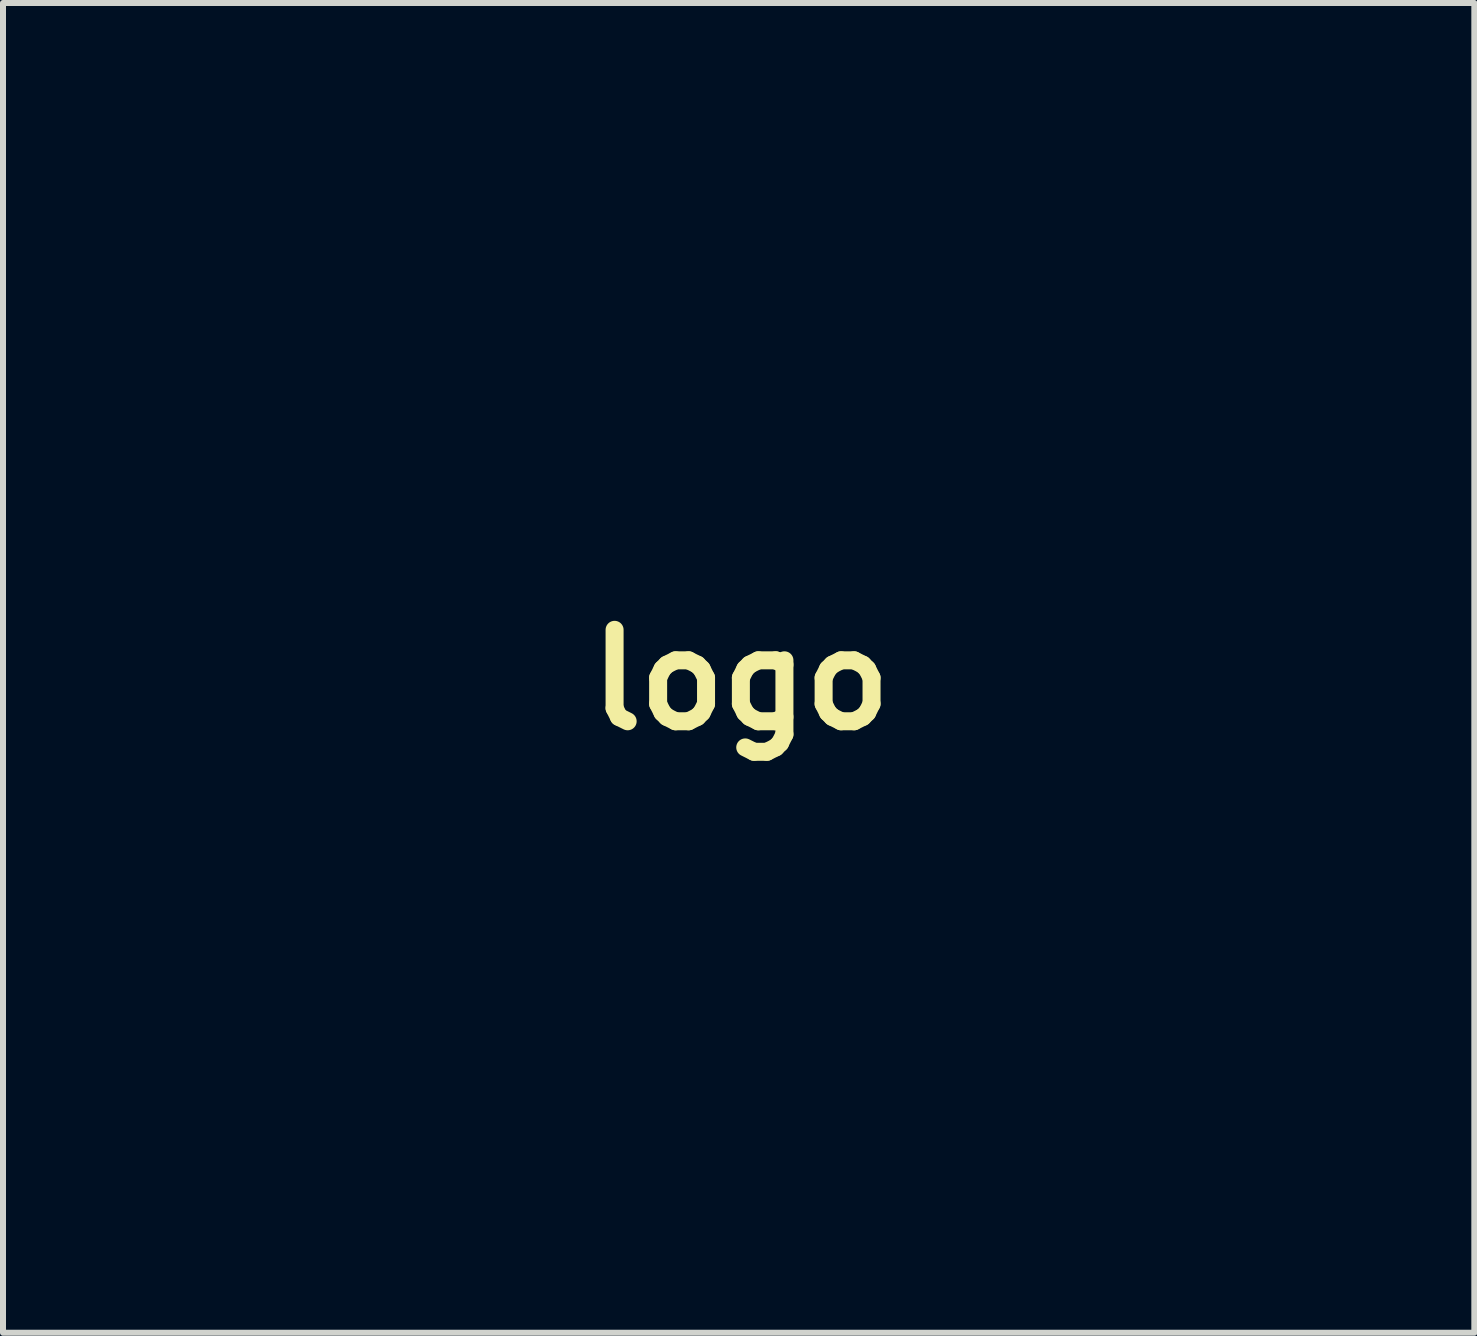
<source format=kicad_pcb>
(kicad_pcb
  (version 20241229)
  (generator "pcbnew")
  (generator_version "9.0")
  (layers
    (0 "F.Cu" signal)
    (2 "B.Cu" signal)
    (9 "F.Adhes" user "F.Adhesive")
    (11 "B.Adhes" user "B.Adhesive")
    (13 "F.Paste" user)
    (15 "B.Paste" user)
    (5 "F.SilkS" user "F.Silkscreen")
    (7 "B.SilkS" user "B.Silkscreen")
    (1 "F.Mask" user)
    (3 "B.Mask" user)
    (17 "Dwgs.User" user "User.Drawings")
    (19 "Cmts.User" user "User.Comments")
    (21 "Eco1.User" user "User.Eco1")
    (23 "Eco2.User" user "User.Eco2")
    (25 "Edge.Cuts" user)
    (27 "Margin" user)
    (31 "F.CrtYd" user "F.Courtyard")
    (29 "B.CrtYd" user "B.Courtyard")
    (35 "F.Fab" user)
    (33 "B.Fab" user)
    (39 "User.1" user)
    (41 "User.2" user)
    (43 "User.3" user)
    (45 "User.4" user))
  (footprint "logo"
    (layer "F.Cu")
    (at 9.296 8.28)
    (property "Reference" "logo" (at 0 0 0) (layer "F.SilkS") (effects (font (size 1.524 1.524) (thickness 0.3))))
    (attr through_hole)
    (fp_poly (pts (xy 3.676 -0.095) (xy 3.643 -0.064) (xy 3.609 -0.095) (xy 3.643 -0.127) (xy 3.676 -0.095)) (stroke (width 0.01) (type solid)) (fill no) (layer "Eco2.User"))
    (fp_poly (pts (xy 6.751 6.731) (xy 6.216 6.731) (xy 6.216 5.754) (xy 6.217 5.366) (xy 6.225 5.087) (xy 6.245 4.899) (xy 6.284 4.785) (xy 6.349 4.725) (xy 6.445 4.703) (xy 6.579 4.699) (xy 6.751 4.699) (xy 6.751 6.731)) (stroke (width 0.01) (type solid)) (fill no) (layer "Eco2.User"))
    (fp_poly (pts (xy 6.707 3.926) (xy 6.808 4.1) (xy 6.777 4.267) (xy 6.713 4.345) (xy 6.543 4.437) (xy 6.372 4.407) (xy 6.244 4.286) (xy 6.173 4.162) (xy 6.184 4.064) (xy 6.244 3.969) (xy 6.392 3.836) (xy 6.557 3.826) (xy 6.707 3.926)) (stroke (width 0.01) (type solid)) (fill no) (layer "Eco2.User"))
    (fp_poly (pts (xy -6.504 4.643) (xy -6.405 4.668) (xy -6.404 4.669) (xy -6.398 4.745) (xy -6.425 4.895) (xy -6.439 4.951) (xy -6.492 5.105) (xy -6.563 5.181) (xy -6.7 5.211) (xy -6.814 5.22) (xy -7.119 5.239) (xy -7.138 5.985) (xy -7.156 6.731) (xy -7.687 6.731) (xy -7.687 4.778) (xy -7.39 4.707) (xy -7.177 4.669) (xy -6.932 4.645) (xy -6.694 4.636) (xy -6.504 4.643)) (stroke (width 0.01) (type solid)) (fill no) (layer "Eco2.User"))
    (fp_poly (pts (xy -8.757 4.275) (xy -8.696 4.372) (xy -8.689 4.445) (xy -8.683 4.554) (xy -8.643 4.611) (xy -8.535 4.632) (xy -8.327 4.635) (xy -8.322 4.636) (xy -8.12 4.642) (xy -7.987 4.659) (xy -7.954 4.676) (xy -7.972 4.757) (xy -8.016 4.91) (xy -8.032 4.962) (xy -8.089 5.115) (xy -8.164 5.186) (xy -8.303 5.206) (xy -8.399 5.207) (xy -8.689 5.207) (xy -8.689 6.731) (xy -9.291 6.731) (xy -9.291 5.532) (xy -9.291 5.114) (xy -9.288 4.807) (xy -9.281 4.591) (xy -9.267 4.45) (xy -9.245 4.366) (xy -9.213 4.323) (xy -9.167 4.302) (xy -9.141 4.295) (xy -8.9 4.251) (xy -8.757 4.275)) (stroke (width 0.01) (type solid)) (fill no) (layer "Eco2.User"))
    (fp_poly (pts (xy 8.367 4.694) (xy 8.711 4.81) (xy 8.977 4.996) (xy 9.115 5.184) (xy 9.209 5.488) (xy 9.217 5.813) (xy 9.139 6.112) (xy 9.073 6.229) (xy 8.827 6.475) (xy 8.505 6.642) (xy 8.152 6.711) (xy 8.004 6.707) (xy 7.687 6.673) (xy 7.687 7.874) (xy 7.152 7.874) (xy 7.152 5.207) (xy 7.687 5.207) (xy 7.687 5.646) (xy 7.692 5.896) (xy 7.725 6.045) (xy 7.807 6.121) (xy 7.962 6.149) (xy 8.133 6.154) (xy 8.339 6.14) (xy 8.477 6.07) (xy 8.551 5.992) (xy 8.671 5.769) (xy 8.659 5.554) (xy 8.525 5.363) (xy 8.386 5.262) (xy 8.213 5.216) (xy 8.024 5.207) (xy 7.687 5.207) (xy 7.152 5.207) (xy 7.152 4.772) (xy 7.532 4.697) (xy 7.966 4.653) (xy 8.367 4.694)) (stroke (width 0.01) (type solid)) (fill no) (layer "Eco2.User"))
    (fp_poly (pts (xy -4.505 4.692) (xy -4.441 4.707) (xy -4.144 4.778) (xy -4.144 6.731) (xy -4.769 6.731) (xy -5.091 6.726) (xy -5.321 6.705) (xy -5.499 6.664) (xy -5.666 6.594) (xy -5.684 6.585) (xy -5.971 6.377) (xy -6.169 6.102) (xy -6.265 5.789) (xy -6.264 5.774) (xy -5.675 5.774) (xy -5.575 5.966) (xy -5.505 6.028) (xy -5.286 6.13) (xy -5.039 6.155) (xy -4.822 6.099) (xy -4.788 6.078) (xy -4.721 6.003) (xy -4.69 5.876) (xy -4.69 5.665) (xy -4.692 5.618) (xy -4.712 5.239) (xy -5.029 5.219) (xy -5.246 5.219) (xy -5.392 5.264) (xy -5.514 5.359) (xy -5.655 5.563) (xy -5.675 5.774) (xy -6.264 5.774) (xy -6.248 5.465) (xy -6.212 5.354) (xy -6.024 5.049) (xy -5.744 4.824) (xy -5.387 4.686) (xy -4.969 4.64) (xy -4.505 4.692)) (stroke (width 0.01) (type solid)) (fill no) (layer "Eco2.User"))
    (fp_poly (pts (xy -2.378 4.648) (xy -2.226 4.692) (xy -2.166 4.781) (xy -2.181 4.929) (xy -2.189 4.959) (xy -2.231 5.085) (xy -2.298 5.154) (xy -2.428 5.19) (xy -2.611 5.212) (xy -2.893 5.249) (xy -3.074 5.299) (xy -3.187 5.378) (xy -3.266 5.499) (xy -3.27 5.507) (xy -3.315 5.684) (xy -3.273 5.848) (xy -3.198 5.977) (xy -3.089 6.06) (xy -2.914 6.113) (xy -2.639 6.151) (xy -2.611 6.154) (xy -2.4 6.181) (xy -2.284 6.221) (xy -2.223 6.299) (xy -2.189 6.407) (xy -2.164 6.566) (xy -2.21 6.664) (xy -2.346 6.714) (xy -2.592 6.73) (xy -2.643 6.73) (xy -3.059 6.671) (xy -3.277 6.588) (xy -3.592 6.381) (xy -3.789 6.114) (xy -3.873 5.782) (xy -3.877 5.683) (xy -3.816 5.338) (xy -3.645 5.047) (xy -3.379 4.824) (xy -3.034 4.683) (xy -2.643 4.636) (xy -2.378 4.648)) (stroke (width 0.01) (type solid)) (fill no) (layer "Eco2.User"))
    (fp_poly (pts (xy 4.278 4.7) (xy 4.531 4.662) (xy 4.873 4.661) (xy 5.202 4.748) (xy 5.469 4.91) (xy 5.497 4.936) (xy 5.679 5.157) (xy 5.797 5.413) (xy 5.862 5.731) (xy 5.882 6.142) (xy 5.882 6.157) (xy 5.882 6.731) (xy 5.281 6.731) (xy 5.281 6.107) (xy 5.278 5.815) (xy 5.266 5.622) (xy 5.239 5.496) (xy 5.191 5.411) (xy 5.126 5.345) (xy 4.955 5.253) (xy 4.734 5.208) (xy 4.519 5.215) (xy 4.364 5.278) (xy 4.358 5.283) (xy 4.316 5.392) (xy 4.289 5.623) (xy 4.278 5.969) (xy 4.278 6.045) (xy 4.278 6.731) (xy 3.743 6.731) (xy 3.743 5.338) (xy 3.745 4.93) (xy 3.751 4.567) (xy 3.761 4.268) (xy 3.773 4.049) (xy 3.787 3.932) (xy 3.793 3.916) (xy 3.888 3.885) (xy 4.05 3.846) (xy 4.061 3.844) (xy 4.278 3.8) (xy 4.278 4.7)) (stroke (width 0.01) (type solid)) (fill no) (layer "Eco2.User"))
    (fp_poly (pts (xy -1.377 3.87) (xy -1.347 4.007) (xy -1.338 4.242) (xy -1.337 4.445) (xy -1.337 5.08) (xy -1.047 5.08) (xy -0.856 5.069) (xy -0.742 5.016) (xy -0.649 4.89) (xy -0.63 4.858) (xy -0.542 4.722) (xy -0.445 4.657) (xy -0.29 4.637) (xy -0.183 4.636) (xy 0.008 4.639) (xy 0.091 4.66) (xy 0.093 4.713) (xy 0.06 4.778) (xy -0.038 4.938) (xy -0.141 5.088) (xy -0.22 5.207) (xy -0.216 5.282) (xy -0.126 5.37) (xy -0.123 5.373) (xy 0.069 5.61) (xy 0.203 5.928) (xy 0.264 6.291) (xy 0.266 6.366) (xy 0.267 6.731) (xy -0.334 6.731) (xy -0.334 6.35) (xy -0.346 6.105) (xy -0.389 5.947) (xy -0.466 5.844) (xy -0.712 5.698) (xy -1.026 5.656) (xy -1.112 5.662) (xy -1.303 5.683) (xy -1.342 6.731) (xy -1.872 6.731) (xy -1.872 3.934) (xy -1.7 3.872) (xy -1.542 3.82) (xy -1.438 3.814) (xy -1.377 3.87)) (stroke (width 0.01) (type solid)) (fill no) (layer "Eco2.User"))
    (fp_poly (pts (xy 3.251 4.663) (xy 3.411 4.696) (xy 3.452 4.718) (xy 3.458 4.794) (xy 3.432 4.939) (xy 3.426 4.962) (xy 3.381 5.09) (xy 3.312 5.156) (xy 3.176 5.183) (xy 3.037 5.192) (xy 2.716 5.233) (xy 2.5 5.323) (xy 2.365 5.473) (xy 2.34 5.523) (xy 2.3 5.71) (xy 2.343 5.856) (xy 2.467 6.019) (xy 2.664 6.119) (xy 2.96 6.169) (xy 3.037 6.174) (xy 3.236 6.191) (xy 3.343 6.23) (xy 3.398 6.315) (xy 3.426 6.405) (xy 3.455 6.557) (xy 3.45 6.648) (xy 3.446 6.653) (xy 3.343 6.688) (xy 3.153 6.705) (xy 2.922 6.706) (xy 2.698 6.69) (xy 2.526 6.658) (xy 2.504 6.65) (xy 2.168 6.466) (xy 1.922 6.22) (xy 1.776 5.933) (xy 1.739 5.624) (xy 1.82 5.316) (xy 1.877 5.213) (xy 2.092 4.949) (xy 2.353 4.778) (xy 2.59 4.695) (xy 2.793 4.661) (xy 3.029 4.651) (xy 3.251 4.663)) (stroke (width 0.01) (type solid)) (fill no) (layer "Eco2.User"))
    (fp_poly (pts (xy 2.311 -8.237) (xy 2.512 -8.212) (xy 2.787 -8.182) (xy 3.075 -8.155) (xy 3.329 -8.129) (xy 3.536 -8.099) (xy 3.655 -8.071) (xy 3.662 -8.069) (xy 3.655 -8.01) (xy 3.537 -7.885) (xy 3.309 -7.694) (xy 3.166 -7.584) (xy 2.865 -7.356) (xy 2.654 -7.2) (xy 2.519 -7.115) (xy 2.445 -7.095) (xy 2.418 -7.138) (xy 2.422 -7.238) (xy 2.442 -7.393) (xy 2.442 -7.395) (xy 2.464 -7.607) (xy 2.449 -7.749) (xy 2.381 -7.876) (xy 2.269 -8.014) (xy 2.158 -8.146) (xy 2.373 -8.146) (xy 2.528 -7.985) (xy 2.622 -7.896) (xy 2.709 -7.857) (xy 2.834 -7.862) (xy 3.041 -7.903) (xy 3.061 -7.908) (xy 3.274 -7.948) (xy 3.432 -7.965) (xy 3.491 -7.96) (xy 3.54 -7.977) (xy 3.543 -7.997) (xy 3.484 -8.043) (xy 3.342 -8.065) (xy 3.325 -8.065) (xy 3.131 -8.073) (xy 2.878 -8.092) (xy 2.741 -8.106) (xy 2.373 -8.146) (xy 2.158 -8.146) (xy 2.049 -8.275) (xy 2.311 -8.237)) (stroke (width 0.01) (type solid)) (fill no) (layer "Eco2.User"))
    (fp_poly (pts (xy 2.034 -7.664) (xy 2.011 -7.624) (xy 1.896 -7.54) (xy 1.681 -7.4) (xy 1.579 -7.335) (xy 1.115 -6.969) (xy 0.758 -6.535) (xy 0.513 -6.043) (xy 0.382 -5.502) (xy 0.367 -4.923) (xy 0.471 -4.316) (xy 0.608 -3.903) (xy 0.695 -3.704) (xy 0.776 -3.594) (xy 0.884 -3.539) (xy 0.98 -3.518) (xy 1.308 -3.518) (xy 1.649 -3.617) (xy 1.944 -3.793) (xy 2.163 -4.03) (xy 2.291 -4.302) (xy 2.333 -4.587) (xy 2.298 -4.864) (xy 2.193 -5.113) (xy 2.024 -5.313) (xy 1.798 -5.443) (xy 1.523 -5.482) (xy 1.381 -5.463) (xy 1.172 -5.4) (xy 1.021 -5.32) (xy 0.957 -5.242) (xy 0.963 -5.216) (xy 0.942 -5.146) (xy 0.886 -5.085) (xy 0.833 -5.05) (xy 0.806 -5.077) (xy 0.801 -5.186) (xy 0.813 -5.399) (xy 0.816 -5.44) (xy 0.913 -5.946) (xy 1.117 -6.418) (xy 1.383 -6.788) (xy 1.577 -7.003) (xy 1.875 -6.824) (xy 2.371 -6.455) (xy 2.791 -5.999) (xy 3.125 -5.476) (xy 3.366 -4.908) (xy 3.504 -4.313) (xy 3.531 -3.714) (xy 3.441 -3.141) (xy 3.375 -2.923) (xy 3.293 -2.711) (xy 3.185 -2.489) (xy 3.043 -2.246) (xy 2.858 -1.969) (xy 2.623 -1.644) (xy 2.328 -1.26) (xy 1.965 -0.802) (xy 1.547 -0.286) (xy 0.152 1.429) (xy 0.861 1.476) (xy 1.468 1.525) (xy 1.954 1.585) (xy 2.316 1.653) (xy 2.552 1.731) (xy 2.659 1.817) (xy 2.651 1.889) (xy 2.537 1.962) (xy 2.308 2.027) (xy 1.982 2.085) (xy 1.575 2.132) (xy 1.106 2.169) (xy 0.594 2.195) (xy 0.055 2.208) (xy -0.493 2.207) (xy -1.031 2.191) (xy -1.542 2.159) (xy -1.639 2.151) (xy -2.094 2.098) (xy -2.446 2.033) (xy -2.689 1.96) (xy -2.817 1.881) (xy -2.825 1.798) (xy -2.709 1.714) (xy -2.575 1.664) (xy -2.408 1.628) (xy -2.142 1.587) (xy -1.813 1.548) (xy -1.454 1.514) (xy -1.405 1.51) (xy -1.073 1.483) (xy -0.793 1.459) (xy -0.589 1.439) (xy -0.486 1.426) (xy -0.48 1.424) (xy -0.512 1.373) (xy -0.61 1.242) (xy -0.757 1.053) (xy -0.937 0.825) (xy -1.133 0.579) (xy -1.33 0.337) (xy -1.509 0.117) (xy -1.657 -0.058) (xy -1.689 -0.095) (xy -1.746 -0.165) (xy -1.868 -0.318) (xy -2.043 -0.537) (xy -2.255 -0.805) (xy -2.447 -1.048) (xy -2.897 -1.647) (xy -3.259 -2.196) (xy -3.529 -2.686) (xy -3.702 -3.109) (xy -3.738 -3.239) (xy -3.816 -3.842) (xy -3.77 -4.454) (xy -3.606 -5.054) (xy -3.329 -5.622) (xy -2.947 -6.14) (xy -2.752 -6.343) (xy -2.402 -6.636) (xy -2.005 -6.901) (xy -1.602 -7.114) (xy -1.231 -7.253) (xy -1.17 -7.269) (xy -0.952 -7.312) (xy -0.717 -7.349) (xy -0.5 -7.374) (xy -0.338 -7.383) (xy -0.268 -7.373) (xy -0.268 -7.371) (xy -0.323 -7.327) (xy -0.468 -7.242) (xy -0.675 -7.135) (xy -0.719 -7.113) (xy -1.081 -6.896) (xy -1.463 -6.602) (xy -1.829 -6.262) (xy -2.145 -5.91) (xy -2.376 -5.576) (xy -2.387 -5.556) (xy -2.604 -5.059) (xy -2.734 -4.535) (xy -2.777 -4.012) (xy -2.728 -3.519) (xy -2.586 -3.086) (xy -2.584 -3.082) (xy -2.436 -2.776) (xy -2.462 -3.266) (xy -2.435 -3.946) (xy -2.283 -4.595) (xy -2.016 -5.206) (xy -1.641 -5.769) (xy -1.166 -6.278) (xy -0.599 -6.724) (xy 0.052 -7.099) (xy 0.78 -7.396) (xy 1.577 -7.605) (xy 1.838 -7.651) (xy 1.973 -7.67) (xy 2.034 -7.664)) (stroke (width 0.01) (type solid)) (fill no) (layer "Eco2.User")))
  (gr_rect
    (start -3 -3)
    (end 21.518 19.159)
    (stroke (width 0.1) (type default))
    (fill no)
    (layer "Edge.Cuts")))
</source>
